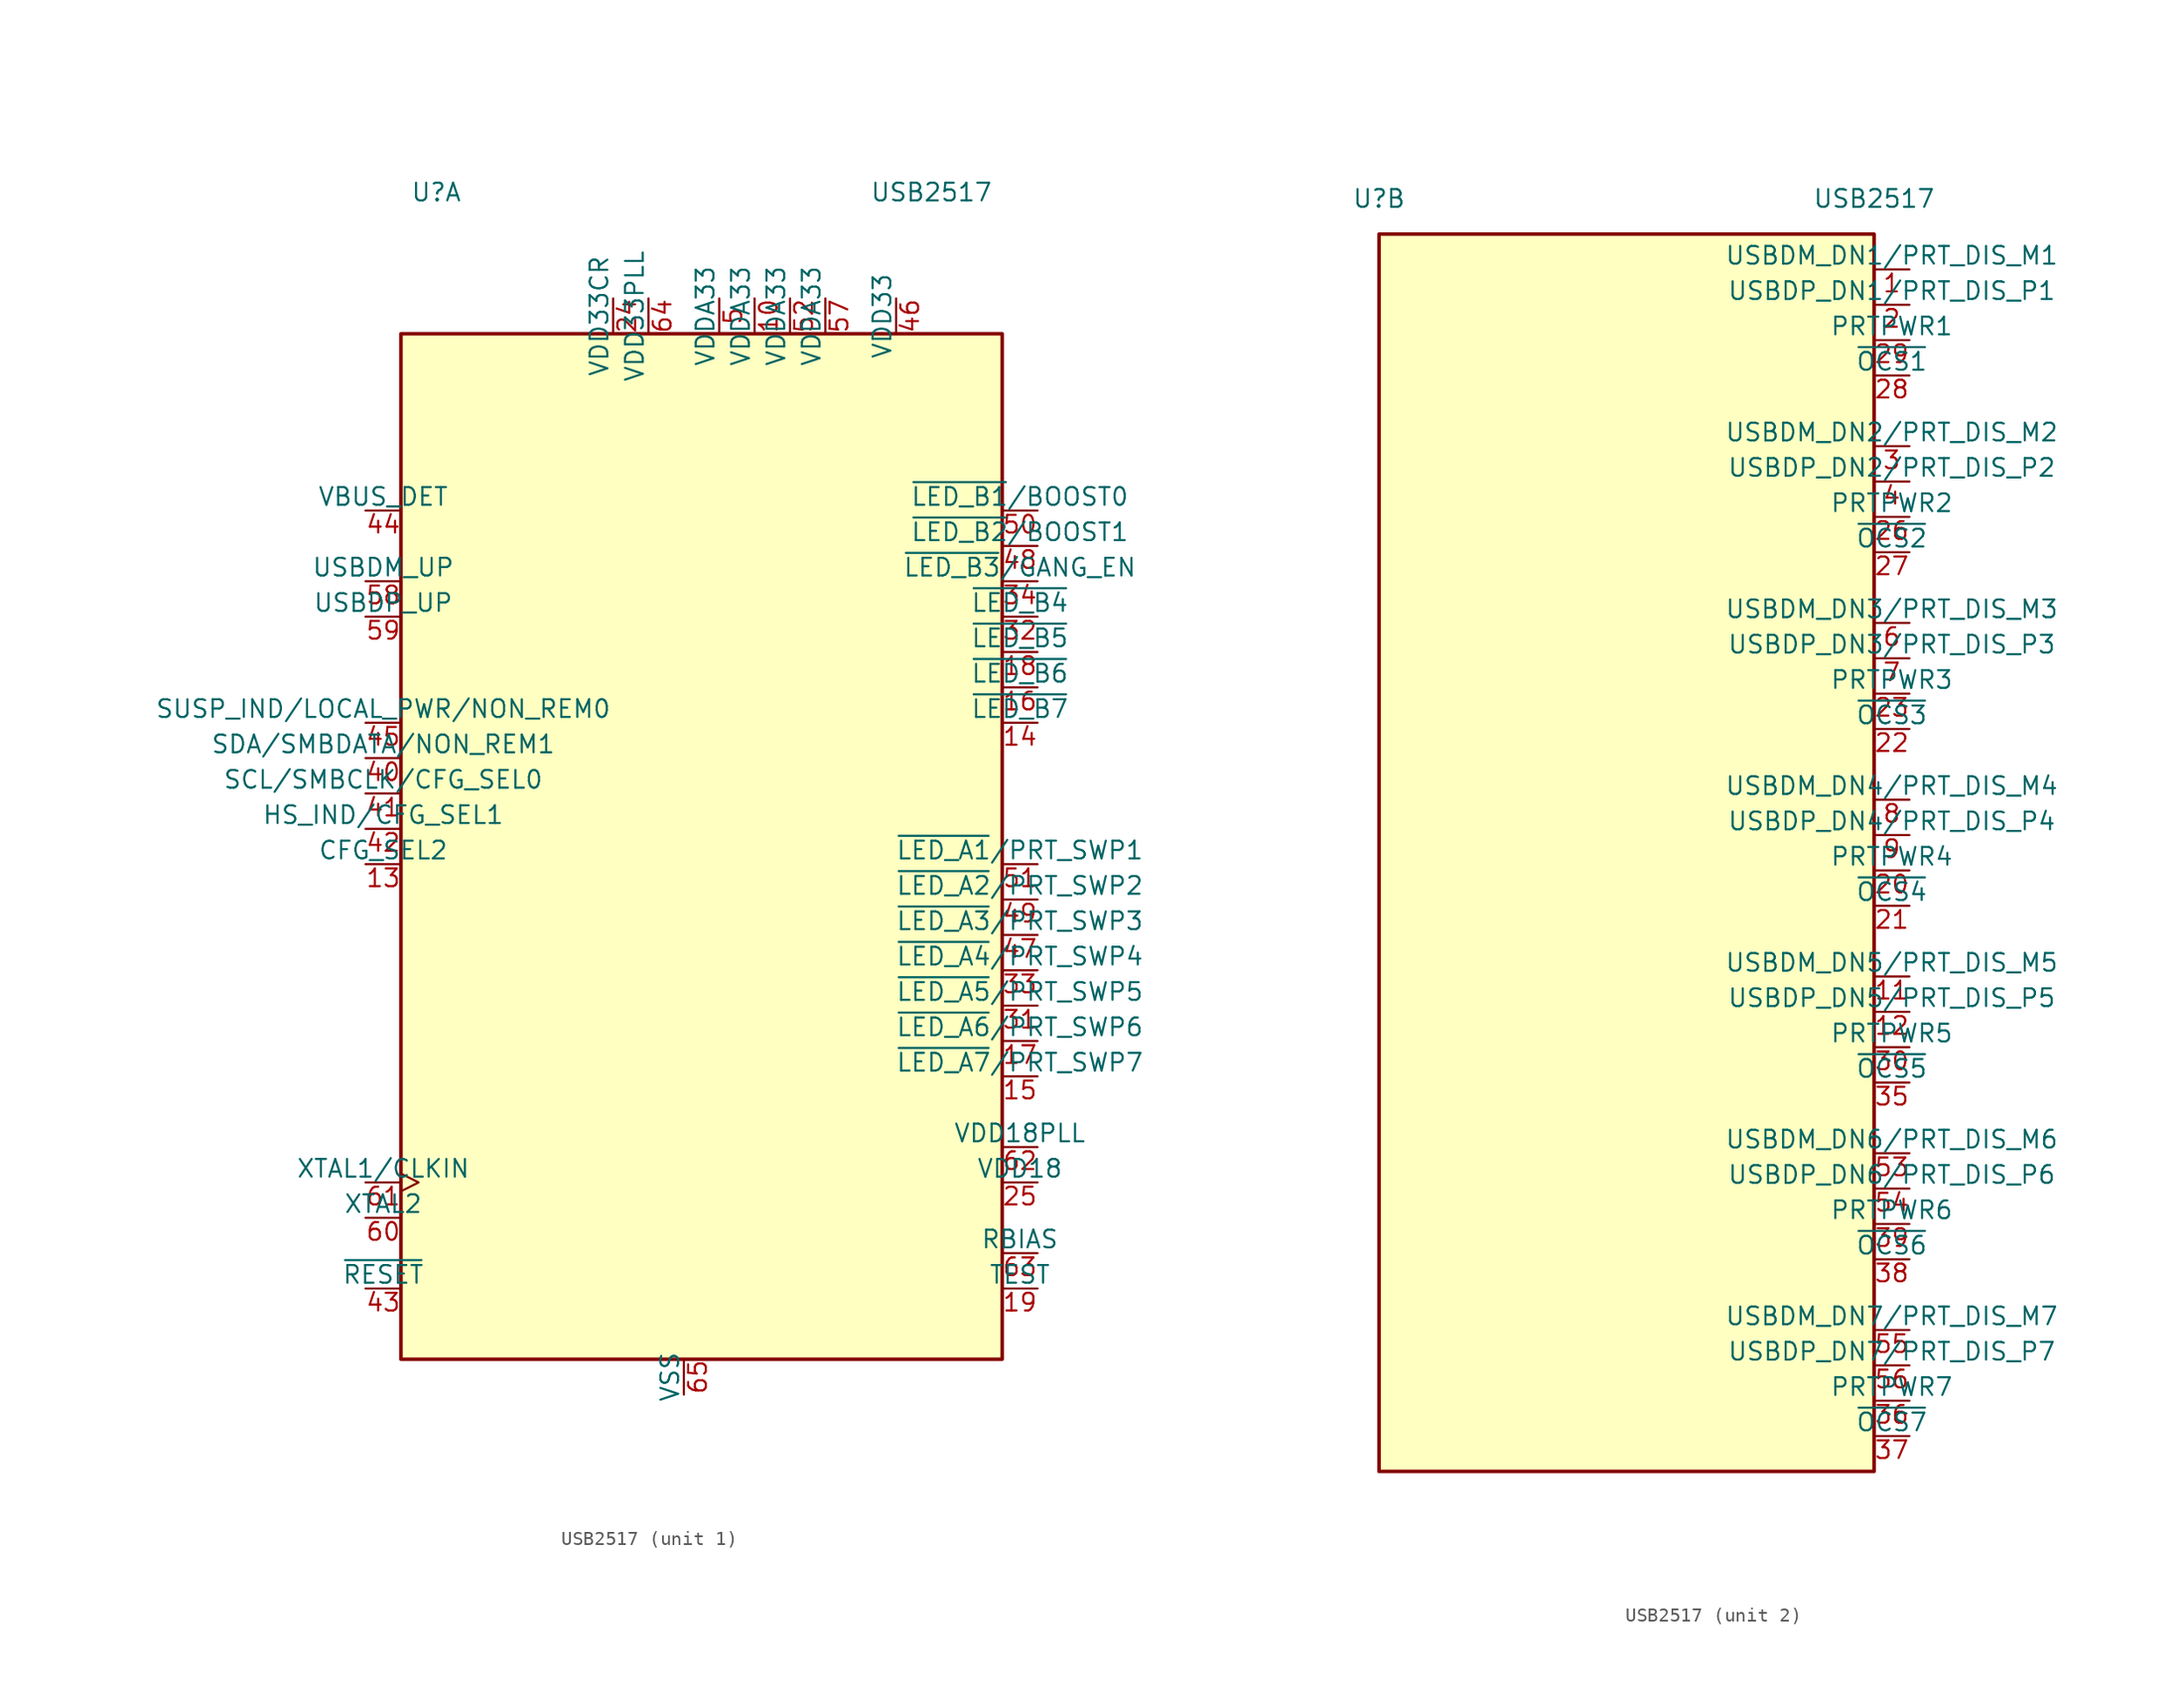
<source format=kicad_sym>
(kicad_symbol_lib
  (version 20201005)
  (generator kicad_symbol_editor)
  (symbol "Interface_USB:USB2517"
    (pin_names
      (offset 0))
    (property "Reference" "U"
      (at -17.78 45.72 0)
      (effects (font (size 1.27 1.27))))
    (property "Value" "USB2517"
      (at 17.78 45.72 0)
      (effects (font (size 1.27 1.27))))
    (property "ki_locked" ""
      (at 0 0 0)
      (effects (font (size 1.27 1.27))))
    (symbol "USB2517_1_1"
      (rectangle (start -20.32 35.56) (end 22.86 -38.1) (stroke (width 0.254)) (fill (type background)))
      (pin power_in line (at 5.08 38.1 270) (length 2.54) (name "VDDA33" (effects (font (size 1.27 1.27)))) (number "10" (effects (font (size 1.27 1.27)))))
      (pin input line (at -22.86 -2.54 0) (length 2.54) (name "CFG_SEL2" (effects (font (size 1.27 1.27)))) (number "13" (effects (font (size 1.27 1.27)))))
      (pin bidirectional line (at 25.4 7.62 180) (length 2.54) (name "~LED_B7" (effects (font (size 1.27 1.27)))) (number "14" (effects (font (size 1.27 1.27)))))
      (pin bidirectional line (at 25.4 -17.78 180) (length 2.54) (name "~LED_A7~/PRT_SWP7" (effects (font (size 1.27 1.27)))) (number "15" (effects (font (size 1.27 1.27)))))
      (pin bidirectional line (at 25.4 10.16 180) (length 2.54) (name "~LED_B6" (effects (font (size 1.27 1.27)))) (number "16" (effects (font (size 1.27 1.27)))))
      (pin bidirectional line (at 25.4 -15.24 180) (length 2.54) (name "~LED_A6~/PRT_SWP6" (effects (font (size 1.27 1.27)))) (number "17" (effects (font (size 1.27 1.27)))))
      (pin bidirectional line (at 25.4 12.7 180) (length 2.54) (name "~LED_B5" (effects (font (size 1.27 1.27)))) (number "18" (effects (font (size 1.27 1.27)))))
      (pin input line (at 25.4 -33.02 180) (length 2.54) (name "TEST" (effects (font (size 1.27 1.27)))) (number "19" (effects (font (size 1.27 1.27)))))
      (pin power_in line (at -5.08 38.1 270) (length 2.54) (name "VDD33CR" (effects (font (size 1.27 1.27)))) (number "24" (effects (font (size 1.27 1.27)))))
      (pin power_out line (at 25.4 -25.4 180) (length 2.54) (name "VDD18" (effects (font (size 1.27 1.27)))) (number "25" (effects (font (size 1.27 1.27)))))
      (pin bidirectional line (at 25.4 -12.7 180) (length 2.54) (name "~LED_A5~/PRT_SWP5" (effects (font (size 1.27 1.27)))) (number "31" (effects (font (size 1.27 1.27)))))
      (pin bidirectional line (at 25.4 15.24 180) (length 2.54) (name "~LED_B4" (effects (font (size 1.27 1.27)))) (number "32" (effects (font (size 1.27 1.27)))))
      (pin bidirectional line (at 25.4 -10.16 180) (length 2.54) (name "~LED_A4~/PRT_SWP4" (effects (font (size 1.27 1.27)))) (number "33" (effects (font (size 1.27 1.27)))))
      (pin bidirectional line (at 25.4 17.78 180) (length 2.54) (name "~LED_B3~/GANG_EN" (effects (font (size 1.27 1.27)))) (number "34" (effects (font (size 1.27 1.27)))))
      (pin bidirectional line (at -22.86 5.08 0) (length 2.54) (name "SDA/SMBDATA/NON_REM1" (effects (font (size 1.27 1.27)))) (number "40" (effects (font (size 1.27 1.27)))))
      (pin bidirectional line (at -22.86 2.54 0) (length 2.54) (name "SCL/SMBCLK/CFG_SEL0" (effects (font (size 1.27 1.27)))) (number "41" (effects (font (size 1.27 1.27)))))
      (pin bidirectional line (at -22.86 0 0) (length 2.54) (name "HS_IND/CFG_SEL1" (effects (font (size 1.27 1.27)))) (number "42" (effects (font (size 1.27 1.27)))))
      (pin input line (at -22.86 -33.02 0) (length 2.54) (name "~RESET" (effects (font (size 1.27 1.27)))) (number "43" (effects (font (size 1.27 1.27)))))
      (pin input line (at -22.86 22.86 0) (length 2.54) (name "VBUS_DET" (effects (font (size 1.27 1.27)))) (number "44" (effects (font (size 1.27 1.27)))))
      (pin bidirectional line (at -22.86 7.62 0) (length 2.54) (name "SUSP_IND/LOCAL_PWR/NON_REM0" (effects (font (size 1.27 1.27)))) (number "45" (effects (font (size 1.27 1.27)))))
      (pin power_in line (at 15.24 38.1 270) (length 2.54) (name "VDD33" (effects (font (size 1.27 1.27)))) (number "46" (effects (font (size 1.27 1.27)))))
      (pin bidirectional line (at 25.4 -7.62 180) (length 2.54) (name "~LED_A3~/PRT_SWP3" (effects (font (size 1.27 1.27)))) (number "47" (effects (font (size 1.27 1.27)))))
      (pin bidirectional line (at 25.4 20.32 180) (length 2.54) (name "~LED_B2~/BOOST1" (effects (font (size 1.27 1.27)))) (number "48" (effects (font (size 1.27 1.27)))))
      (pin bidirectional line (at 25.4 -5.08 180) (length 2.54) (name "~LED_A2~/PRT_SWP2" (effects (font (size 1.27 1.27)))) (number "49" (effects (font (size 1.27 1.27)))))
      (pin power_in line (at 2.54 38.1 270) (length 2.54) (name "VDDA33" (effects (font (size 1.27 1.27)))) (number "5" (effects (font (size 1.27 1.27)))))
      (pin bidirectional line (at 25.4 22.86 180) (length 2.54) (name "~LED_B1~/BOOST0" (effects (font (size 1.27 1.27)))) (number "50" (effects (font (size 1.27 1.27)))))
      (pin bidirectional line (at 25.4 -2.54 180) (length 2.54) (name "~LED_A1~/PRT_SWP1" (effects (font (size 1.27 1.27)))) (number "51" (effects (font (size 1.27 1.27)))))
      (pin power_in line (at 7.62 38.1 270) (length 2.54) (name "VDDA33" (effects (font (size 1.27 1.27)))) (number "52" (effects (font (size 1.27 1.27)))))
      (pin power_in line (at 10.16 38.1 270) (length 2.54) (name "VDDA33" (effects (font (size 1.27 1.27)))) (number "57" (effects (font (size 1.27 1.27)))))
      (pin bidirectional line (at -22.86 17.78 0) (length 2.54) (name "USBDM_UP" (effects (font (size 1.27 1.27)))) (number "58" (effects (font (size 1.27 1.27)))))
      (pin bidirectional line (at -22.86 15.24 0) (length 2.54) (name "USBDP_UP" (effects (font (size 1.27 1.27)))) (number "59" (effects (font (size 1.27 1.27)))))
      (pin output line (at -22.86 -27.94 0) (length 2.54) (name "XTAL2" (effects (font (size 1.27 1.27)))) (number "60" (effects (font (size 1.27 1.27)))))
      (pin input clock (at -22.86 -25.4 0) (length 2.54) (name "XTAL1/CLKIN" (effects (font (size 1.27 1.27)))) (number "61" (effects (font (size 1.27 1.27)))))
      (pin power_out line (at 25.4 -22.86 180) (length 2.54) (name "VDD18PLL" (effects (font (size 1.27 1.27)))) (number "62" (effects (font (size 1.27 1.27)))))
      (pin input line (at 25.4 -30.48 180) (length 2.54) (name "RBIAS" (effects (font (size 1.27 1.27)))) (number "63" (effects (font (size 1.27 1.27)))))
      (pin power_in line (at -2.54 38.1 270) (length 2.54) (name "VDD33PLL" (effects (font (size 1.27 1.27)))) (number "64" (effects (font (size 1.27 1.27)))))
      (pin power_in line (at 0 -40.64 90) (length 2.54) (name "VSS" (effects (font (size 1.27 1.27)))) (number "65" (effects (font (size 1.27 1.27))))))
    (symbol "USB2517_2_1"
      (rectangle (start 17.78 43.18) (end -17.78 -45.72) (stroke (width 0.254)) (fill (type background)))
      (pin bidirectional line (at 20.32 40.64 180) (length 2.54) (name "USBDM_DN1/PRT_DIS_M1" (effects (font (size 1.27 1.27)))) (number "1" (effects (font (size 1.27 1.27)))))
      (pin bidirectional line (at 20.32 -10.16 180) (length 2.54) (name "USBDM_DN5/PRT_DIS_M5" (effects (font (size 1.27 1.27)))) (number "11" (effects (font (size 1.27 1.27)))))
      (pin bidirectional line (at 20.32 -12.7 180) (length 2.54) (name "USBDP_DN5/PRT_DIS_P5" (effects (font (size 1.27 1.27)))) (number "12" (effects (font (size 1.27 1.27)))))
      (pin bidirectional line (at 20.32 38.1 180) (length 2.54) (name "USBDP_DN1/PRT_DIS_P1" (effects (font (size 1.27 1.27)))) (number "2" (effects (font (size 1.27 1.27)))))
      (pin bidirectional line (at 20.32 -2.54 180) (length 2.54) (name "PRTPWR4" (effects (font (size 1.27 1.27)))) (number "20" (effects (font (size 1.27 1.27)))))
      (pin input line (at 20.32 -5.08 180) (length 2.54) (name "~OCS4" (effects (font (size 1.27 1.27)))) (number "21" (effects (font (size 1.27 1.27)))))
      (pin input line (at 20.32 7.62 180) (length 2.54) (name "~OCS3" (effects (font (size 1.27 1.27)))) (number "22" (effects (font (size 1.27 1.27)))))
      (pin bidirectional line (at 20.32 10.16 180) (length 2.54) (name "PRTPWR3" (effects (font (size 1.27 1.27)))) (number "23" (effects (font (size 1.27 1.27)))))
      (pin bidirectional line (at 20.32 22.86 180) (length 2.54) (name "PRTPWR2" (effects (font (size 1.27 1.27)))) (number "26" (effects (font (size 1.27 1.27)))))
      (pin input line (at 20.32 20.32 180) (length 2.54) (name "~OCS2" (effects (font (size 1.27 1.27)))) (number "27" (effects (font (size 1.27 1.27)))))
      (pin input line (at 20.32 33.02 180) (length 2.54) (name "~OCS1" (effects (font (size 1.27 1.27)))) (number "28" (effects (font (size 1.27 1.27)))))
      (pin bidirectional line (at 20.32 35.56 180) (length 2.54) (name "PRTPWR1" (effects (font (size 1.27 1.27)))) (number "29" (effects (font (size 1.27 1.27)))))
      (pin bidirectional line (at 20.32 27.94 180) (length 2.54) (name "USBDM_DN2/PRT_DIS_M2" (effects (font (size 1.27 1.27)))) (number "3" (effects (font (size 1.27 1.27)))))
      (pin bidirectional line (at 20.32 -15.24 180) (length 2.54) (name "PRTPWR5" (effects (font (size 1.27 1.27)))) (number "30" (effects (font (size 1.27 1.27)))))
      (pin input line (at 20.32 -17.78 180) (length 2.54) (name "~OCS5" (effects (font (size 1.27 1.27)))) (number "35" (effects (font (size 1.27 1.27)))))
      (pin bidirectional line (at 20.32 -40.64 180) (length 2.54) (name "PRTPWR7" (effects (font (size 1.27 1.27)))) (number "36" (effects (font (size 1.27 1.27)))))
      (pin input line (at 20.32 -43.18 180) (length 2.54) (name "~OCS7" (effects (font (size 1.27 1.27)))) (number "37" (effects (font (size 1.27 1.27)))))
      (pin input line (at 20.32 -30.48 180) (length 2.54) (name "~OCS6" (effects (font (size 1.27 1.27)))) (number "38" (effects (font (size 1.27 1.27)))))
      (pin bidirectional line (at 20.32 -27.94 180) (length 2.54) (name "PRTPWR6" (effects (font (size 1.27 1.27)))) (number "39" (effects (font (size 1.27 1.27)))))
      (pin bidirectional line (at 20.32 25.4 180) (length 2.54) (name "USBDP_DN2/PRT_DIS_P2" (effects (font (size 1.27 1.27)))) (number "4" (effects (font (size 1.27 1.27)))))
      (pin bidirectional line (at 20.32 -22.86 180) (length 2.54) (name "USBDM_DN6/PRT_DIS_M6" (effects (font (size 1.27 1.27)))) (number "53" (effects (font (size 1.27 1.27)))))
      (pin bidirectional line (at 20.32 -25.4 180) (length 2.54) (name "USBDP_DN6/PRT_DIS_P6" (effects (font (size 1.27 1.27)))) (number "54" (effects (font (size 1.27 1.27)))))
      (pin bidirectional line (at 20.32 -35.56 180) (length 2.54) (name "USBDM_DN7/PRT_DIS_M7" (effects (font (size 1.27 1.27)))) (number "55" (effects (font (size 1.27 1.27)))))
      (pin bidirectional line (at 20.32 -38.1 180) (length 2.54) (name "USBDP_DN7/PRT_DIS_P7" (effects (font (size 1.27 1.27)))) (number "56" (effects (font (size 1.27 1.27)))))
      (pin bidirectional line (at 20.32 15.24 180) (length 2.54) (name "USBDM_DN3/PRT_DIS_M3" (effects (font (size 1.27 1.27)))) (number "6" (effects (font (size 1.27 1.27)))))
      (pin bidirectional line (at 20.32 12.7 180) (length 2.54) (name "USBDP_DN3/PRT_DIS_P3" (effects (font (size 1.27 1.27)))) (number "7" (effects (font (size 1.27 1.27)))))
      (pin bidirectional line (at 20.32 2.54 180) (length 2.54) (name "USBDM_DN4/PRT_DIS_M4" (effects (font (size 1.27 1.27)))) (number "8" (effects (font (size 1.27 1.27)))))
      (pin bidirectional line (at 20.32 0 180) (length 2.54) (name "USBDP_DN4/PRT_DIS_P4" (effects (font (size 1.27 1.27)))) (number "9" (effects (font (size 1.27 1.27))))))))
</source>
